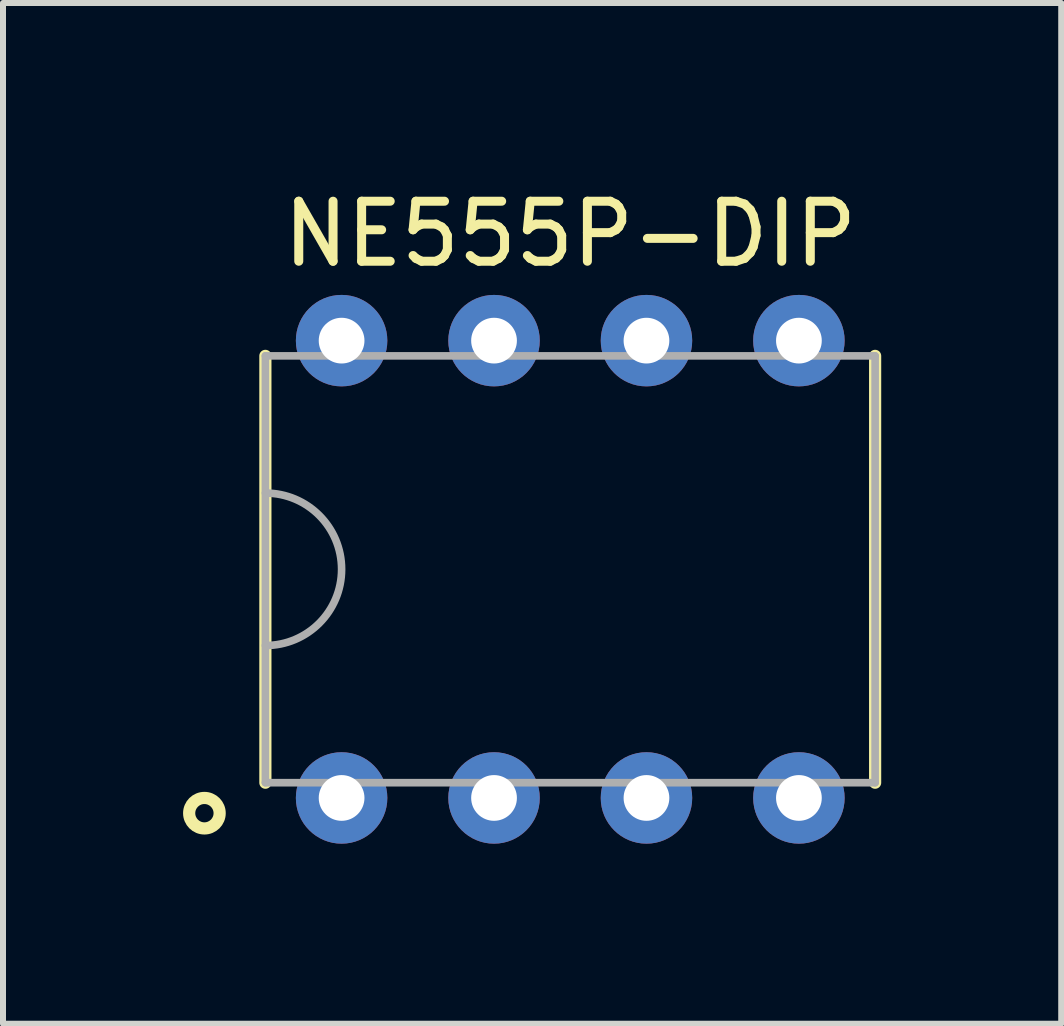
<source format=kicad_pcb>
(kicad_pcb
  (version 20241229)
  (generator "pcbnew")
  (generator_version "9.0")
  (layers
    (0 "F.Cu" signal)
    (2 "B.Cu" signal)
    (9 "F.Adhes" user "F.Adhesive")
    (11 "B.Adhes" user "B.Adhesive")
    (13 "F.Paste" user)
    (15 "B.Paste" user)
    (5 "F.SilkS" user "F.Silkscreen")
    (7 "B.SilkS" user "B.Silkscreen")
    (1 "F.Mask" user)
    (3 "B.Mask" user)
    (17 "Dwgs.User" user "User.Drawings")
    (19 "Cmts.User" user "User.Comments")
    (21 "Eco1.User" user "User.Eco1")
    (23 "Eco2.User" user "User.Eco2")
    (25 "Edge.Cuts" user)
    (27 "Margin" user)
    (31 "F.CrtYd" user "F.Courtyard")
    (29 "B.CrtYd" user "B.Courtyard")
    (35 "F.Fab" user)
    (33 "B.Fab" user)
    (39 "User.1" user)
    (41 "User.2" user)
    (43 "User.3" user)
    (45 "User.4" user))
  (footprint "NE555P-DIP"
    (layer "F.Cu")
    (at 6.452 6.436)
    (property "Reference" "NE555P-DIP" (at 0 -5.588 0) (layer "F.SilkS") (effects (font (size 1 1) (thickness 0.15))))
    (attr through_hole)
    (fp_line (start -5.08 3.556) (end -5.08 -3.556) (stroke (width 0.203) (type solid)) (layer "F.SilkS"))
    (fp_line (start 5.08 3.556) (end 5.08 -3.556) (stroke (width 0.203) (type solid)) (layer "F.SilkS"))
    (fp_circle (center -6.096 4.064) (end -5.842 4.064) (stroke (width 0.203) (type solid)) (fill no) (layer "F.SilkS"))
    (fp_line (start -5.08 3.556) (end -5.08 -3.556) (stroke (width 0.127) (type solid)) (layer "F.Fab"))
    (fp_line (start 5.08 -3.556) (end -5.08 -3.556) (stroke (width 0.127) (type solid)) (layer "F.Fab"))
    (fp_line (start 5.08 3.556) (end -5.08 3.556) (stroke (width 0.127) (type solid)) (layer "F.Fab"))
    (fp_line (start 5.08 3.556) (end 5.08 -3.556) (stroke (width 0.127) (type solid)) (layer "F.Fab"))
    (fp_arc (start -5.08 -1.27) (mid -3.81 0) (end -5.08 1.27) (stroke (width 0.127) (type solid)) (layer "F.Fab"))
    (pad "1" thru_hole circle (at -3.81 3.81) (size 1.524 1.524) (drill 0.762) (layers "*.Cu" "*.Mask"))
    (pad "2" thru_hole circle (at -1.27 3.81) (size 1.524 1.524) (drill 0.762) (layers "*.Cu" "*.Mask"))
    (pad "3" thru_hole circle (at 1.27 3.81) (size 1.524 1.524) (drill 0.762) (layers "*.Cu" "*.Mask"))
    (pad "4" thru_hole circle (at 3.81 3.81) (size 1.524 1.524) (drill 0.762) (layers "*.Cu" "*.Mask"))
    (pad "5" thru_hole circle (at 3.81 -3.81) (size 1.524 1.524) (drill 0.762) (layers "*.Cu" "*.Mask"))
    (pad "6" thru_hole circle (at 1.27 -3.81) (size 1.524 1.524) (drill 0.762) (layers "*.Cu" "*.Mask"))
    (pad "7" thru_hole circle (at -1.27 -3.81) (size 1.524 1.524) (drill 0.762) (layers "*.Cu" "*.Mask"))
    (pad "8" thru_hole circle (at -3.81 -3.81) (size 1.524 1.524) (drill 0.762) (layers "*.Cu" "*.Mask")))
  (gr_rect
    (start -3 -3)
    (end 14.633 14.008)
    (stroke (width 0.1) (type default))
    (fill no)
    (layer "Edge.Cuts")))
</source>
